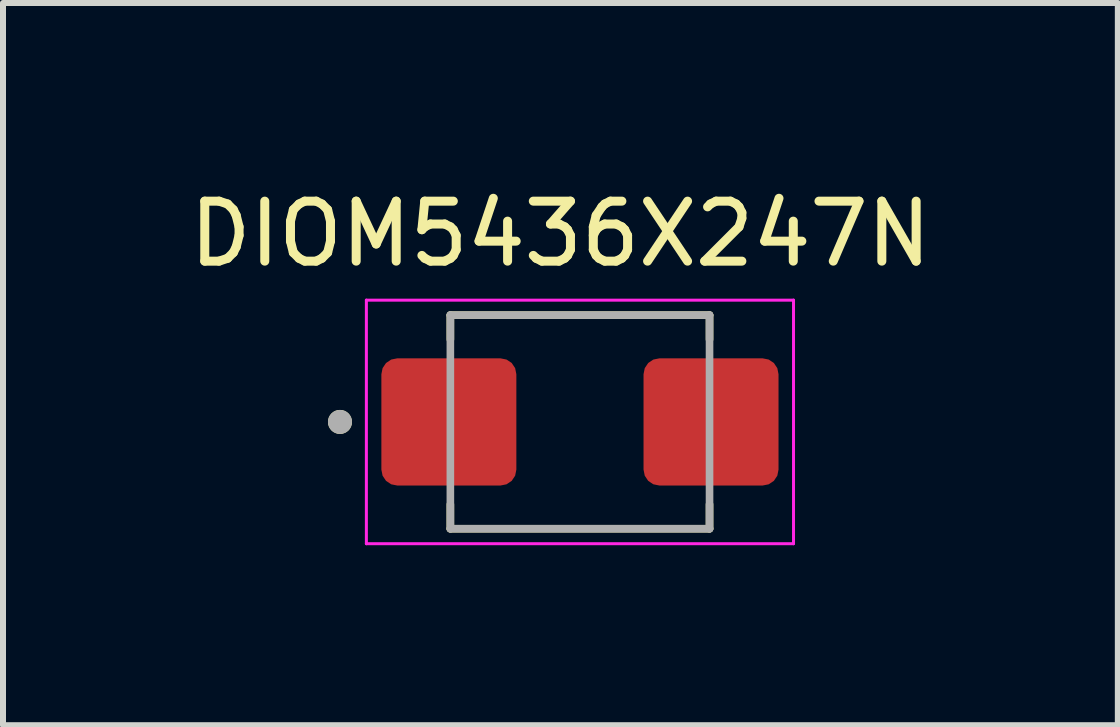
<source format=kicad_pcb>
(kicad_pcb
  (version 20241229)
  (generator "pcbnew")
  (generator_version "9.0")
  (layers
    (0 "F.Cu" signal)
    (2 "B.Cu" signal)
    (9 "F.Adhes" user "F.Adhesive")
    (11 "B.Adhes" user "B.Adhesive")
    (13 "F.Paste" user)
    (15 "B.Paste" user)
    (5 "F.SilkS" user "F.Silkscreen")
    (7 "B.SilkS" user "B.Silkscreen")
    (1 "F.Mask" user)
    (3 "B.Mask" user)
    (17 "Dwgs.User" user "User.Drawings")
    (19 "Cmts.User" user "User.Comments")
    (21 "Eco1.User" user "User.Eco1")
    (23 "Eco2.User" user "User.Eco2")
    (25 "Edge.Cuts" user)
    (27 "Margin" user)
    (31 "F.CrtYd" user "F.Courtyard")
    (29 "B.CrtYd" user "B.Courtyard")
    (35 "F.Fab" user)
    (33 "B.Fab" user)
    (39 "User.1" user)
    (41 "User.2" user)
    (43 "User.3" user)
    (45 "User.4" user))
  (footprint "DIOM5436X247N"
    (layer "F.Cu")
    (at 6.617 3.983)
    (property "Reference" "DIOM5436X247N" (at -0.325 -3.135 0) (layer "F.SilkS") (effects (font (size 1 1) (thickness 0.15))))
    (attr smd)
    (fp_line (start -2.16 -1.78) (end 2.16 -1.78) (stroke (width 0.127) (type solid)) (layer "F.SilkS"))
    (fp_line (start -2.16 -1.374) (end -2.16 -1.78) (stroke (width 0.127) (type solid)) (layer "F.SilkS"))
    (fp_line (start -2.16 1.374) (end -2.16 1.78) (stroke (width 0.127) (type solid)) (layer "F.SilkS"))
    (fp_line (start -2.16 1.78) (end 2.16 1.78) (stroke (width 0.127) (type solid)) (layer "F.SilkS"))
    (fp_line (start 2.16 -1.78) (end 2.16 -1.374) (stroke (width 0.127) (type solid)) (layer "F.SilkS"))
    (fp_line (start 2.16 1.78) (end 2.16 1.374) (stroke (width 0.127) (type solid)) (layer "F.SilkS"))
    (fp_circle (center -4 0) (end -3.9 0) (stroke (width 0.2) (type solid)) (fill no) (layer "F.SilkS"))
    (fp_line (start -3.56 -2.03) (end 3.56 -2.03) (stroke (width 0.05) (type solid)) (layer "F.CrtYd"))
    (fp_line (start -3.56 2.03) (end -3.56 -2.03) (stroke (width 0.05) (type solid)) (layer "F.CrtYd"))
    (fp_line (start 3.56 -2.03) (end 3.56 2.03) (stroke (width 0.05) (type solid)) (layer "F.CrtYd"))
    (fp_line (start 3.56 2.03) (end -3.56 2.03) (stroke (width 0.05) (type solid)) (layer "F.CrtYd"))
    (fp_line (start -2.16 -1.78) (end 2.16 -1.78) (stroke (width 0.127) (type solid)) (layer "F.Fab"))
    (fp_line (start -2.16 1.78) (end -2.16 -1.78) (stroke (width 0.127) (type solid)) (layer "F.Fab"))
    (fp_line (start 2.16 -1.78) (end 2.16 1.78) (stroke (width 0.127) (type solid)) (layer "F.Fab"))
    (fp_line (start 2.16 1.78) (end -2.16 1.78) (stroke (width 0.127) (type solid)) (layer "F.Fab"))
    (fp_circle (center -4 0) (end -3.9 0) (stroke (width 0.2) (type solid)) (fill no) (layer "F.Fab"))
    (pad "A" smd roundrect (at 2.185 0) (size 2.25 2.12) (layers "F.Cu" "F.Mask" "F.Paste") (roundrect_rratio 0.125))
    (pad "C" smd roundrect (at -2.185 0) (size 2.25 2.12) (layers "F.Cu" "F.Mask" "F.Paste") (roundrect_rratio 0.125)))
  (gr_rect
    (start -3 -3)
    (end 15.583 9.038)
    (stroke (width 0.1) (type default))
    (fill no)
    (layer "Edge.Cuts")))
</source>
